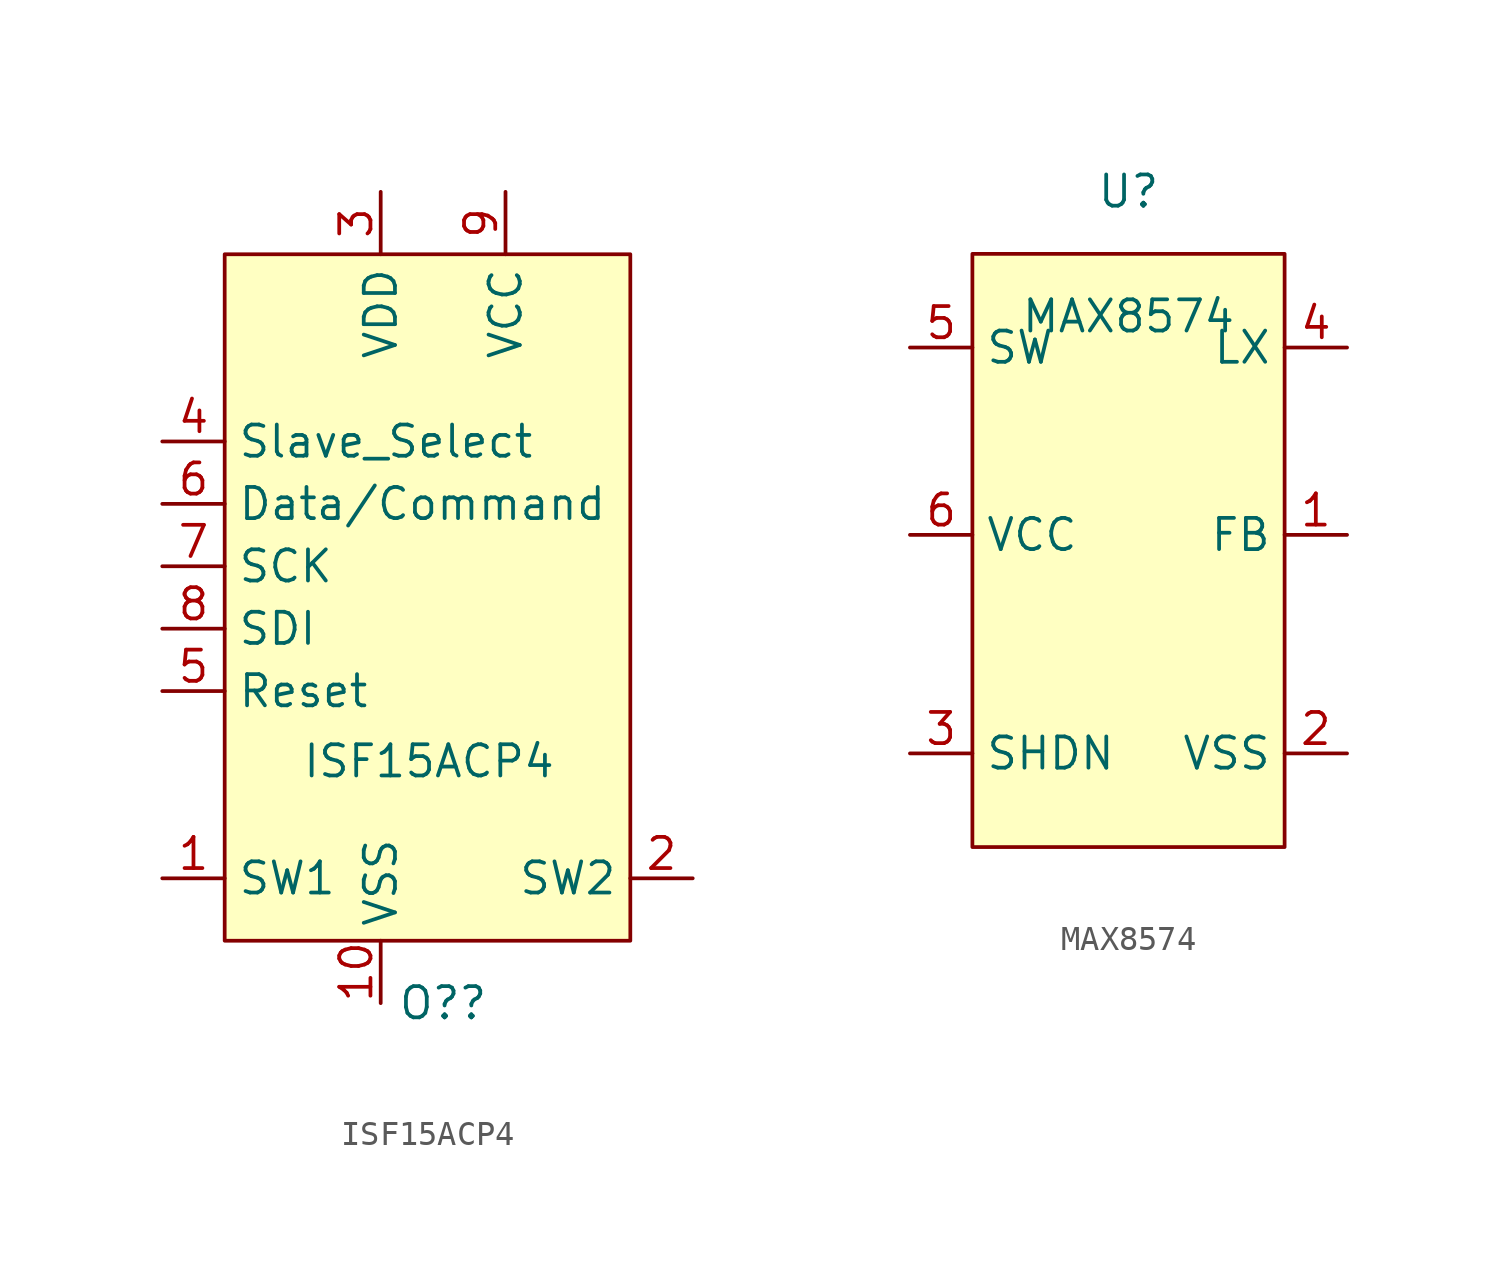
<source format=kicad_sym>
(kicad_symbol_lib
  (version 20211014)
  (generator kicad_symbol_editor)
  (symbol "ISF15ACP4"
    (property "Reference" "O?"
      (at 0 -24.13 0)
      (effects (font (size 1.27 1.27))))
    (property "Value" "ISF15ACP4"
      (at -0.573 -14.285 0)
      (effects (font (size 1.27 1.27))))
    (symbol "ISF15ACP4_0_0"
      (pin bidirectional line (at -11.43 -19.05 0) (length 2.54) (name "SW1" (effects (font (size 1.27 1.27)))) (number "1" (effects (font (size 1.27 1.27)))))
      (pin power_in line (at -2.54 -24.13 90) (length 2.54) (name "VSS" (effects (font (size 1.27 1.27)))) (number "10" (effects (font (size 1.27 1.27)))))
      (pin bidirectional line (at 10.16 -19.05 180) (length 2.54) (name "SW2" (effects (font (size 1.27 1.27)))) (number "2" (effects (font (size 1.27 1.27)))))
      (pin power_in line (at -2.54 8.89 270) (length 2.54) (name "VDD" (effects (font (size 1.27 1.27)))) (number "3" (effects (font (size 1.27 1.27)))))
      (pin input line (at -11.43 -1.27 0) (length 2.54) (name "Slave_Select" (effects (font (size 1.27 1.27)))) (number "4" (effects (font (size 1.27 1.27)))))
      (pin output line (at -11.43 -11.43 0) (length 2.54) (name "Reset" (effects (font (size 1.27 1.27)))) (number "5" (effects (font (size 1.27 1.27)))))
      (pin input line (at -11.43 -3.81 0) (length 2.54) (name "Data/Command" (effects (font (size 1.27 1.27)))) (number "6" (effects (font (size 1.27 1.27)))))
      (pin input line (at -11.43 -6.35 0) (length 2.54) (name "SCK" (effects (font (size 1.27 1.27)))) (number "7" (effects (font (size 1.27 1.27)))))
      (pin input line (at -11.43 -8.89 0) (length 2.54) (name "SDI" (effects (font (size 1.27 1.27)))) (number "8" (effects (font (size 1.27 1.27)))))
      (pin power_in line (at 2.54 8.89 270) (length 2.54) (name "VCC" (effects (font (size 1.27 1.27)))) (number "9" (effects (font (size 1.27 1.27))))))
    (symbol "ISF15ACP4_0_1"
      (rectangle (start -8.89 6.35) (end 7.62 -21.59) (stroke (width 0.152) (type default) (color 0 0 0 0)) (fill (type background)))))
  (symbol "MAX8574"
    (property "Reference" "U"
      (at 0 13.97 0)
      (effects (font (size 1.27 1.27))))
    (property "Value" "MAX8574"
      (at 0 8.89 0)
      (effects (font (size 1.27 1.27))))
    (symbol "MAX8574_0_0"
      (pin output line (at 8.89 0 180) (length 2.54) (name "FB" (effects (font (size 1.27 1.27)))) (number "1" (effects (font (size 1.27 1.27)))))
      (pin input line (at 8.89 -8.89 180) (length 2.54) (name "VSS" (effects (font (size 1.27 1.27)))) (number "2" (effects (font (size 1.27 1.27)))))
      (pin passive line (at -8.89 -8.89 0) (length 2.54) (name "SHDN" (effects (font (size 1.27 1.27)))) (number "3" (effects (font (size 1.27 1.27)))))
      (pin passive line (at 8.89 7.62 180) (length 2.54) (name "LX" (effects (font (size 1.27 1.27)))) (number "4" (effects (font (size 1.27 1.27)))))
      (pin passive line (at -8.89 7.62 0) (length 2.54) (name "SW" (effects (font (size 1.27 1.27)))) (number "5" (effects (font (size 1.27 1.27)))))
      (pin power_in line (at -8.89 0 0) (length 2.54) (name "VCC" (effects (font (size 1.27 1.27)))) (number "6" (effects (font (size 1.27 1.27))))))
    (symbol "MAX8574_0_1"
      (rectangle (start -6.35 11.43) (end 6.35 -12.7) (stroke (width 0.152) (type default) (color 0 0 0 0)) (fill (type background))))))
</source>
